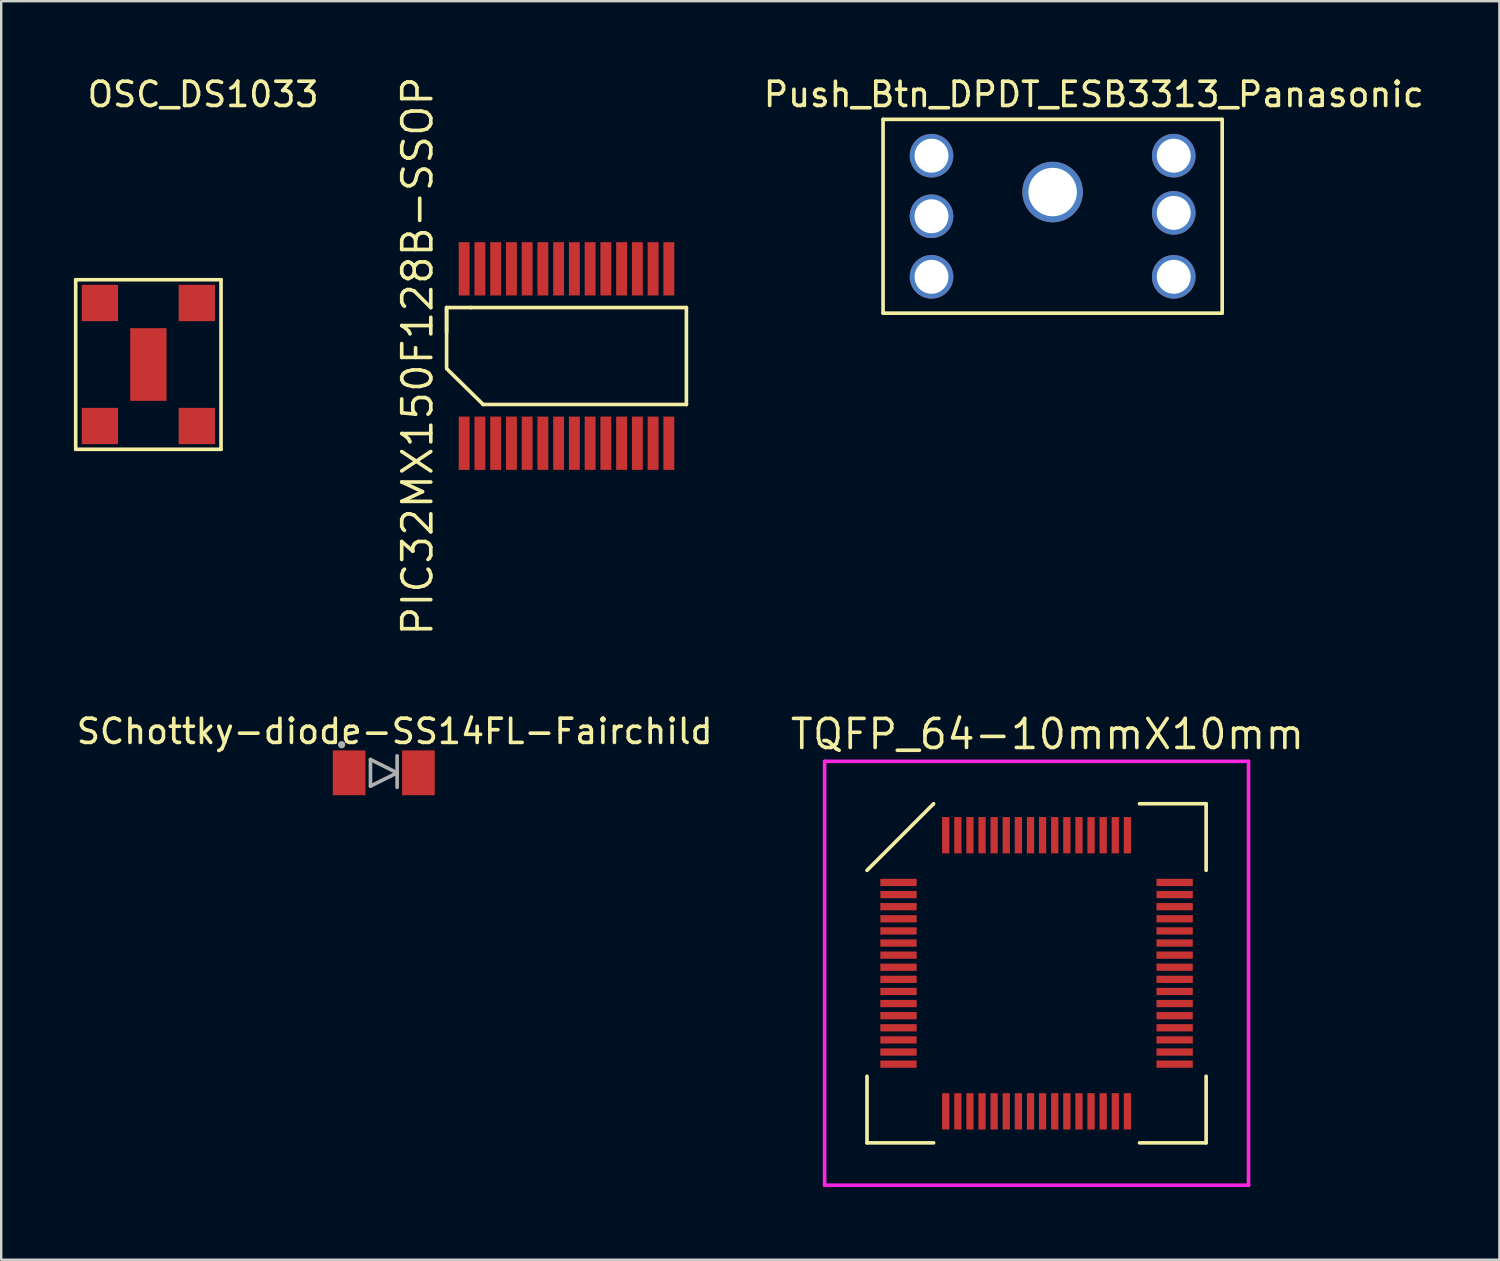
<source format=kicad_pcb>
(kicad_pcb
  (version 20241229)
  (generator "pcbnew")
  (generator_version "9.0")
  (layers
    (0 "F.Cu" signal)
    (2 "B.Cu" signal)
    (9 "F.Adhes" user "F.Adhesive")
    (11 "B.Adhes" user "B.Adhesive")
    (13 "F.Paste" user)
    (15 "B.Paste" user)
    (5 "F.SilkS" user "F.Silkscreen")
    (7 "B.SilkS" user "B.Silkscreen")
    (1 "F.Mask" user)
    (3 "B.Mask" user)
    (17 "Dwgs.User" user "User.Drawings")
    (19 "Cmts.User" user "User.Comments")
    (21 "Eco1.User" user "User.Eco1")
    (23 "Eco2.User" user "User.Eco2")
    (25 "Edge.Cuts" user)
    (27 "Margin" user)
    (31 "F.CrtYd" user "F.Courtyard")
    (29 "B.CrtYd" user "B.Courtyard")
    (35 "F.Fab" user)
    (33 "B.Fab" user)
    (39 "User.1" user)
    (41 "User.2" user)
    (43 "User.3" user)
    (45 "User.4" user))
  (footprint "SChottky-diode-SS14FL-Fairchild"
    (layer "F.Cu")
    (at 12.794 28.854)
    (property "Reference" "SChottky-diode-SS14FL-Fairchild" (at 0.45 -1.71 0) (layer "F.SilkS") (effects (font (size 1 1) (thickness 0.15))))
    (attr through_hole)
    (fp_line (start -0.55 -0.55) (end -0.55 0.55) (stroke (width 0.15) (type solid)) (layer "F.Fab"))
    (fp_line (start -0.55 0.55) (end 0.55 0) (stroke (width 0.15) (type solid)) (layer "F.Fab"))
    (fp_line (start 0.55 -0.7) (end 0.55 0.6) (stroke (width 0.15) (type solid)) (layer "F.Fab"))
    (fp_line (start 0.55 0) (end -0.55 -0.55) (stroke (width 0.15) (type solid)) (layer "F.Fab"))
    (fp_circle (center -1.74 -1.16) (end -1.67 -1.19) (stroke (width 0.15) (type solid)) (fill no) (layer "F.Fab"))
    (pad "1" smd rect (at 1.43 0) (size 1.35 1.85) (layers "F.Cu" "F.Mask" "F.Paste"))
    (pad "2" smd rect (at -1.43 0) (size 1.35 1.85) (layers "F.Cu" "F.Mask" "F.Paste")))
  (footprint "OSC_DS1033"
    (layer "F.Cu")
    (at 3.075 11.998)
    (property "Reference" "OSC_DS1033" (at 2.26 -11.15 0) (layer "F.SilkS") (effects (font (size 1 1) (thickness 0.15))))
    (attr through_hole)
    (fp_line (start -3 -3.5) (end 3 -3.5) (stroke (width 0.15) (type solid)) (layer "F.SilkS"))
    (fp_line (start -3 3.5) (end -3 -3.5) (stroke (width 0.15) (type solid)) (layer "F.SilkS"))
    (fp_line (start 3 -3.5) (end 3 3.5) (stroke (width 0.15) (type solid)) (layer "F.SilkS"))
    (fp_line (start 3 3.5) (end -3 3.5) (stroke (width 0.15) (type solid)) (layer "F.SilkS"))
    (pad "" smd rect (at 0 0) (size 1.5 3) (layers "F.Cu" "F.Mask" "F.Paste"))
    (pad "1" smd rect (at 2 2.54) (size 1.5 1.5) (layers "F.Cu" "F.Mask" "F.Paste"))
    (pad "2" smd rect (at -2 2.54) (size 1.5 1.5) (layers "F.Cu" "F.Mask" "F.Paste"))
    (pad "3" smd rect (at -2 -2.54) (size 1.5 1.5) (layers "F.Cu" "F.Mask" "F.Paste"))
    (pad "4" smd rect (at 2 -2.54) (size 1.5 1.5) (layers "F.Cu" "F.Mask" "F.Paste")))
  (footprint "TQFP_64-10mmX10mm"
    (layer "F.Cu")
    (at 39.743 37.131)
    (property "Reference" "TQFP_64-10mmX10mm" (at 0.45 -9.87 0) (layer "F.SilkS") (effects (font (size 1.2 1.2) (thickness 0.15))))
    (attr through_hole)
    (fp_line (start -7 -4.25) (end -4.25 -7) (stroke (width 0.15) (type solid)) (layer "F.SilkS"))
    (fp_line (start -7 7) (end -7 4.25) (stroke (width 0.15) (type solid)) (layer "F.SilkS"))
    (fp_line (start -4.25 7) (end -7 7) (stroke (width 0.15) (type solid)) (layer "F.SilkS"))
    (fp_line (start 4.25 -7) (end 7 -7) (stroke (width 0.15) (type solid)) (layer "F.SilkS"))
    (fp_line (start 4.25 7) (end 7 7) (stroke (width 0.15) (type solid)) (layer "F.SilkS"))
    (fp_line (start 7 -7) (end 7 -4.25) (stroke (width 0.15) (type solid)) (layer "F.SilkS"))
    (fp_line (start 7 7) (end 7 4.25) (stroke (width 0.15) (type solid)) (layer "F.SilkS"))
    (fp_line (start -8.75 -8.75) (end 8.75 -8.75) (stroke (width 0.15) (type solid)) (layer "F.CrtYd"))
    (fp_line (start -8.75 8.75) (end -8.75 -8.75) (stroke (width 0.15) (type solid)) (layer "F.CrtYd"))
    (fp_line (start 8.75 -8.75) (end 8.75 8.75) (stroke (width 0.15) (type solid)) (layer "F.CrtYd"))
    (fp_line (start 8.75 8.75) (end -8.75 8.75) (stroke (width 0.15) (type solid)) (layer "F.CrtYd"))
    (pad "1" smd rect (at -5.7 -3.75 90) (size 0.3 1.5) (layers "F.Cu" "F.Mask" "F.Paste"))
    (pad "2" smd rect (at -5.7 -3.25 90) (size 0.3 1.5) (layers "F.Cu" "F.Mask" "F.Paste"))
    (pad "3" smd rect (at -5.7 -2.75 90) (size 0.3 1.5) (layers "F.Cu" "F.Mask" "F.Paste"))
    (pad "4" smd rect (at -5.7 -2.25 90) (size 0.3 1.5) (layers "F.Cu" "F.Mask" "F.Paste"))
    (pad "5" smd rect (at -5.7 -1.75 90) (size 0.3 1.5) (layers "F.Cu" "F.Mask" "F.Paste"))
    (pad "6" smd rect (at -5.7 -1.25 90) (size 0.3 1.5) (layers "F.Cu" "F.Mask" "F.Paste"))
    (pad "7" smd rect (at -5.7 -0.75 90) (size 0.3 1.5) (layers "F.Cu" "F.Mask" "F.Paste"))
    (pad "8" smd rect (at -5.7 -0.25 90) (size 0.3 1.5) (layers "F.Cu" "F.Mask" "F.Paste"))
    (pad "9" smd rect (at -5.7 0.25 90) (size 0.3 1.5) (layers "F.Cu" "F.Mask" "F.Paste"))
    (pad "10" smd rect (at -5.7 0.75 90) (size 0.3 1.5) (layers "F.Cu" "F.Mask" "F.Paste"))
    (pad "11" smd rect (at -5.7 1.25 90) (size 0.3 1.5) (layers "F.Cu" "F.Mask" "F.Paste"))
    (pad "12" smd rect (at -5.7 1.75 90) (size 0.3 1.5) (layers "F.Cu" "F.Mask" "F.Paste"))
    (pad "13" smd rect (at -5.7 2.25 90) (size 0.3 1.5) (layers "F.Cu" "F.Mask" "F.Paste"))
    (pad "14" smd rect (at -5.7 2.75 90) (size 0.3 1.5) (layers "F.Cu" "F.Mask" "F.Paste"))
    (pad "15" smd rect (at -5.7 3.25 90) (size 0.3 1.5) (layers "F.Cu" "F.Mask" "F.Paste"))
    (pad "16" smd rect (at -5.7 3.75 90) (size 0.3 1.5) (layers "F.Cu" "F.Mask" "F.Paste"))
    (pad "17" smd rect (at -3.75 5.7) (size 0.3 1.5) (layers "F.Cu" "F.Mask" "F.Paste"))
    (pad "18" smd rect (at -3.25 5.7) (size 0.3 1.5) (layers "F.Cu" "F.Mask" "F.Paste"))
    (pad "19" smd rect (at -2.75 5.7) (size 0.3 1.5) (layers "F.Cu" "F.Mask" "F.Paste"))
    (pad "20" smd rect (at -2.25 5.7) (size 0.3 1.5) (layers "F.Cu" "F.Mask" "F.Paste"))
    (pad "21" smd rect (at -1.75 5.7) (size 0.3 1.5) (layers "F.Cu" "F.Mask" "F.Paste"))
    (pad "22" smd rect (at -1.25 5.7) (size 0.3 1.5) (layers "F.Cu" "F.Mask" "F.Paste"))
    (pad "23" smd rect (at -0.75 5.7) (size 0.3 1.5) (layers "F.Cu" "F.Mask" "F.Paste"))
    (pad "24" smd rect (at -0.25 5.7) (size 0.3 1.5) (layers "F.Cu" "F.Mask" "F.Paste"))
    (pad "25" smd rect (at 0.25 5.7) (size 0.3 1.5) (layers "F.Cu" "F.Mask" "F.Paste"))
    (pad "26" smd rect (at 0.75 5.7) (size 0.3 1.5) (layers "F.Cu" "F.Mask" "F.Paste"))
    (pad "27" smd rect (at 1.25 5.7) (size 0.3 1.5) (layers "F.Cu" "F.Mask" "F.Paste"))
    (pad "28" smd rect (at 1.75 5.7) (size 0.3 1.5) (layers "F.Cu" "F.Mask" "F.Paste"))
    (pad "29" smd rect (at 2.25 5.7) (size 0.3 1.5) (layers "F.Cu" "F.Mask" "F.Paste"))
    (pad "30" smd rect (at 2.75 5.7) (size 0.3 1.5) (layers "F.Cu" "F.Mask" "F.Paste"))
    (pad "31" smd rect (at 3.25 5.7) (size 0.3 1.5) (layers "F.Cu" "F.Mask" "F.Paste"))
    (pad "32" smd rect (at 3.75 5.7) (size 0.3 1.5) (layers "F.Cu" "F.Mask" "F.Paste"))
    (pad "33" smd rect (at 5.7 3.75 90) (size 0.3 1.5) (layers "F.Cu" "F.Mask" "F.Paste"))
    (pad "34" smd rect (at 5.7 3.25 90) (size 0.3 1.5) (layers "F.Cu" "F.Mask" "F.Paste"))
    (pad "35" smd rect (at 5.7 2.75 90) (size 0.3 1.5) (layers "F.Cu" "F.Mask" "F.Paste"))
    (pad "36" smd rect (at 5.7 2.25 90) (size 0.3 1.5) (layers "F.Cu" "F.Mask" "F.Paste"))
    (pad "37" smd rect (at 5.7 1.75 90) (size 0.3 1.5) (layers "F.Cu" "F.Mask" "F.Paste"))
    (pad "38" smd rect (at 5.7 1.25 90) (size 0.3 1.5) (layers "F.Cu" "F.Mask" "F.Paste"))
    (pad "39" smd rect (at 5.7 0.75 90) (size 0.3 1.5) (layers "F.Cu" "F.Mask" "F.Paste"))
    (pad "40" smd rect (at 5.7 0.25 90) (size 0.3 1.5) (layers "F.Cu" "F.Mask" "F.Paste"))
    (pad "41" smd rect (at 5.7 -0.25 90) (size 0.3 1.5) (layers "F.Cu" "F.Mask" "F.Paste"))
    (pad "42" smd rect (at 5.7 -0.75 90) (size 0.3 1.5) (layers "F.Cu" "F.Mask" "F.Paste"))
    (pad "43" smd rect (at 5.7 -1.25 90) (size 0.3 1.5) (layers "F.Cu" "F.Mask" "F.Paste"))
    (pad "44" smd rect (at 5.7 -1.75 90) (size 0.3 1.5) (layers "F.Cu" "F.Mask" "F.Paste"))
    (pad "45" smd rect (at 5.7 -2.25 90) (size 0.3 1.5) (layers "F.Cu" "F.Mask" "F.Paste"))
    (pad "46" smd rect (at 5.7 -2.75 90) (size 0.3 1.5) (layers "F.Cu" "F.Mask" "F.Paste"))
    (pad "47" smd rect (at 5.7 -3.25 90) (size 0.3 1.5) (layers "F.Cu" "F.Mask" "F.Paste"))
    (pad "48" smd rect (at 5.7 -3.75 90) (size 0.3 1.5) (layers "F.Cu" "F.Mask" "F.Paste"))
    (pad "49" smd rect (at 3.75 -5.7) (size 0.3 1.5) (layers "F.Cu" "F.Mask" "F.Paste"))
    (pad "50" smd rect (at 3.25 -5.7) (size 0.3 1.5) (layers "F.Cu" "F.Mask" "F.Paste"))
    (pad "51" smd rect (at 2.75 -5.7) (size 0.3 1.5) (layers "F.Cu" "F.Mask" "F.Paste"))
    (pad "52" smd rect (at 2.25 -5.7) (size 0.3 1.5) (layers "F.Cu" "F.Mask" "F.Paste"))
    (pad "53" smd rect (at 1.75 -5.7) (size 0.3 1.5) (layers "F.Cu" "F.Mask" "F.Paste"))
    (pad "54" smd rect (at 1.25 -5.7) (size 0.3 1.5) (layers "F.Cu" "F.Mask" "F.Paste"))
    (pad "55" smd rect (at 0.75 -5.7) (size 0.3 1.5) (layers "F.Cu" "F.Mask" "F.Paste"))
    (pad "56" smd rect (at 0.25 -5.7) (size 0.3 1.5) (layers "F.Cu" "F.Mask" "F.Paste"))
    (pad "57" smd rect (at -0.25 -5.7) (size 0.3 1.5) (layers "F.Cu" "F.Mask" "F.Paste"))
    (pad "58" smd rect (at -0.75 -5.7) (size 0.3 1.5) (layers "F.Cu" "F.Mask" "F.Paste"))
    (pad "59" smd rect (at -1.25 -5.7) (size 0.3 1.5) (layers "F.Cu" "F.Mask" "F.Paste"))
    (pad "60" smd rect (at -1.75 -5.7) (size 0.3 1.5) (layers "F.Cu" "F.Mask" "F.Paste"))
    (pad "61" smd rect (at -2.25 -5.7) (size 0.3 1.5) (layers "F.Cu" "F.Mask" "F.Paste"))
    (pad "62" smd rect (at -2.75 -5.7) (size 0.3 1.5) (layers "F.Cu" "F.Mask" "F.Paste"))
    (pad "63" smd rect (at -3.25 -5.7) (size 0.3 1.5) (layers "F.Cu" "F.Mask" "F.Paste"))
    (pad "64" smd rect (at -3.75 -5.7) (size 0.3 1.5) (layers "F.Cu" "F.Mask" "F.Paste")))
  (footprint "PIC32MX150F128B-SSOP"
    (layer "F.Cu")
    (at 20.337 11.648)
    (property "Reference" "PIC32MX150F128B-SSOP" (at -6.15 0 90) (layer "F.SilkS") (effects (font (size 1.2 1.2) (thickness 0.15))))
    (attr through_hole)
    (fp_line (start -4.95 -2) (end -4.95 -0.98) (stroke (width 0.15) (type solid)) (layer "F.SilkS"))
    (fp_line (start -4.95 -2) (end -4.95 0.5) (stroke (width 0.15) (type solid)) (layer "F.SilkS"))
    (fp_line (start -3.94 -2) (end -4.95 -2) (stroke (width 0.15) (type solid)) (layer "F.SilkS"))
    (fp_line (start -3.45 2) (end 4.95 2) (stroke (width 0.15) (type solid)) (layer "F.SilkS"))
    (fp_line (start -3.44 2) (end -4.94 0.53) (stroke (width 0.15) (type solid)) (layer "F.SilkS"))
    (fp_line (start 4.95 -2) (end -3.95 -2) (stroke (width 0.15) (type solid)) (layer "F.SilkS"))
    (fp_line (start 4.95 2) (end 4.95 -2) (stroke (width 0.15) (type solid)) (layer "F.SilkS"))
    (pad "1" smd rect (at -4.225 3.6) (size 0.45 2.2) (layers "F.Cu" "F.Mask" "F.Paste"))
    (pad "2" smd rect (at -3.575 3.6) (size 0.45 2.2) (layers "F.Cu" "F.Mask" "F.Paste"))
    (pad "3" smd rect (at -2.925 3.6) (size 0.45 2.2) (layers "F.Cu" "F.Mask" "F.Paste"))
    (pad "4" smd rect (at -2.275 3.6) (size 0.45 2.2) (layers "F.Cu" "F.Mask" "F.Paste"))
    (pad "5" smd rect (at -1.625 3.6) (size 0.45 2.2) (layers "F.Cu" "F.Mask" "F.Paste"))
    (pad "6" smd rect (at -0.975 3.6) (size 0.45 2.2) (layers "F.Cu" "F.Mask" "F.Paste"))
    (pad "7" smd rect (at -0.325 3.6) (size 0.45 2.2) (layers "F.Cu" "F.Mask" "F.Paste"))
    (pad "8" smd rect (at 0.325 3.6) (size 0.45 2.2) (layers "F.Cu" "F.Mask" "F.Paste"))
    (pad "9" smd rect (at 0.975 3.6) (size 0.45 2.2) (layers "F.Cu" "F.Mask" "F.Paste"))
    (pad "10" smd rect (at 1.625 3.6) (size 0.45 2.2) (layers "F.Cu" "F.Mask" "F.Paste"))
    (pad "11" smd rect (at 2.275 3.6) (size 0.45 2.2) (layers "F.Cu" "F.Mask" "F.Paste"))
    (pad "12" smd rect (at 2.925 3.6) (size 0.45 2.2) (layers "F.Cu" "F.Mask" "F.Paste"))
    (pad "13" smd rect (at 3.575 3.6) (size 0.45 2.2) (layers "F.Cu" "F.Mask" "F.Paste"))
    (pad "14" smd rect (at 4.225 3.6) (size 0.45 2.2) (layers "F.Cu" "F.Mask" "F.Paste"))
    (pad "15" smd rect (at 4.225 -3.6) (size 0.45 2.2) (layers "F.Cu" "F.Mask" "F.Paste"))
    (pad "16" smd rect (at 3.575 -3.6) (size 0.45 2.2) (layers "F.Cu" "F.Mask" "F.Paste"))
    (pad "17" smd rect (at 2.925 -3.6) (size 0.45 2.2) (layers "F.Cu" "F.Mask" "F.Paste"))
    (pad "18" smd rect (at 2.275 -3.6) (size 0.45 2.2) (layers "F.Cu" "F.Mask" "F.Paste"))
    (pad "19" smd rect (at 1.625 -3.6) (size 0.45 2.2) (layers "F.Cu" "F.Mask" "F.Paste"))
    (pad "20" smd rect (at 0.975 -3.6) (size 0.45 2.2) (layers "F.Cu" "F.Mask" "F.Paste"))
    (pad "21" smd rect (at 0.325 -3.6) (size 0.45 2.2) (layers "F.Cu" "F.Mask" "F.Paste"))
    (pad "22" smd rect (at -0.325 -3.6) (size 0.45 2.2) (layers "F.Cu" "F.Mask" "F.Paste"))
    (pad "23" smd rect (at -0.975 -3.6) (size 0.45 2.2) (layers "F.Cu" "F.Mask" "F.Paste"))
    (pad "24" smd rect (at -1.625 -3.6) (size 0.45 2.2) (layers "F.Cu" "F.Mask" "F.Paste"))
    (pad "25" smd rect (at -2.275 -3.6) (size 0.45 2.2) (layers "F.Cu" "F.Mask" "F.Paste"))
    (pad "26" smd rect (at -2.925 -3.6) (size 0.45 2.2) (layers "F.Cu" "F.Mask" "F.Paste"))
    (pad "27" smd rect (at -3.575 -3.6) (size 0.45 2.2) (layers "F.Cu" "F.Mask" "F.Paste"))
    (pad "28" smd rect (at -4.225 -3.6) (size 0.45 2.2) (layers "F.Cu" "F.Mask" "F.Paste")))
  (footprint "Push_Btn_DPDT_ESB3313_Panasonic"
    (layer "F.Cu")
    (at 40.406 5.878)
    (property "Reference" "Push_Btn_DPDT_ESB3313_Panasonic" (at 1.7 -5.03 0) (layer "F.SilkS") (effects (font (size 1 1) (thickness 0.15))))
    (attr through_hole)
    (fp_line (start -7 -4) (end 7 -4) (stroke (width 0.15) (type solid)) (layer "F.SilkS"))
    (fp_line (start -7 4) (end -7 -4) (stroke (width 0.15) (type solid)) (layer "F.SilkS"))
    (fp_line (start 7 -4) (end 7 4) (stroke (width 0.15) (type solid)) (layer "F.SilkS"))
    (fp_line (start 7 4) (end -7 4) (stroke (width 0.15) (type solid)) (layer "F.SilkS"))
    (pad "" thru_hole circle (at 0 -1) (size 2.5 2.5) (drill 2) (layers "*.Cu" "*.Mask"))
    (pad "1" thru_hole circle (at -5 -2.5) (size 1.8 1.8) (drill 1.4) (layers "*.Cu" "*.Mask"))
    (pad "2" thru_hole circle (at 5 -2.5) (size 1.8 1.8) (drill 1.4) (layers "*.Cu" "*.Mask"))
    (pad "3" thru_hole circle (at 5 -0.14) (size 1.8 1.8) (drill 1.4) (layers "*.Cu" "*.Mask"))
    (pad "4" thru_hole circle (at -5 0) (size 1.8 1.8) (drill 1.4) (layers "*.Cu" "*.Mask"))
    (pad "NC" thru_hole circle (at -5 2.5) (size 1.8 1.8) (drill 1.4) (layers "*.Cu" "*.Mask"))
    (pad "NC" thru_hole circle (at 5 2.5) (size 1.8 1.8) (drill 1.4) (layers "*.Cu" "*.Mask")))
  (gr_rect
    (start -3 -3)
    (end 58.85 48.956)
    (stroke (width 0.1) (type default))
    (fill no)
    (layer "Edge.Cuts")))
</source>
